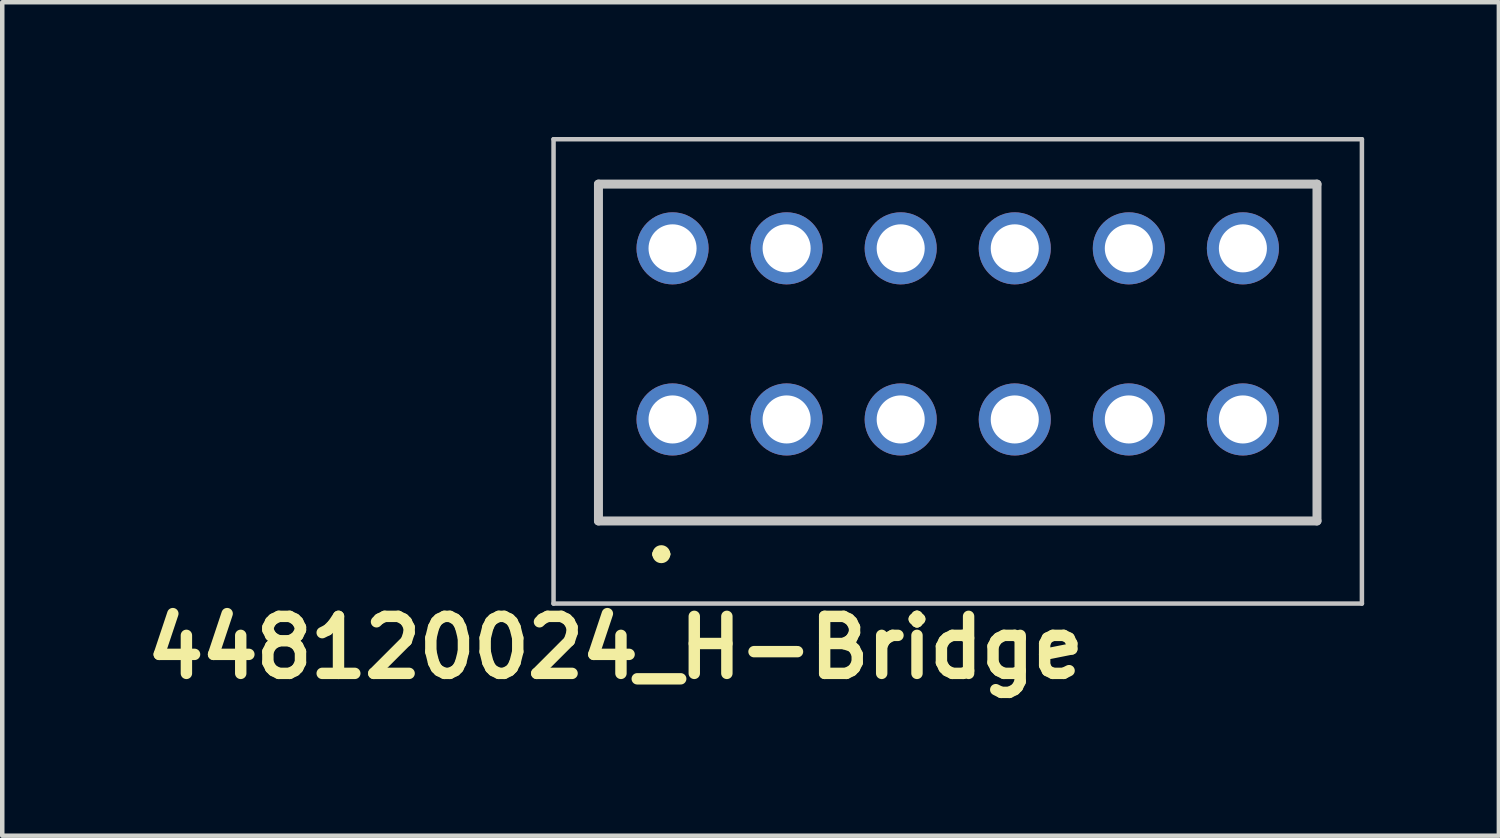
<source format=kicad_pcb>
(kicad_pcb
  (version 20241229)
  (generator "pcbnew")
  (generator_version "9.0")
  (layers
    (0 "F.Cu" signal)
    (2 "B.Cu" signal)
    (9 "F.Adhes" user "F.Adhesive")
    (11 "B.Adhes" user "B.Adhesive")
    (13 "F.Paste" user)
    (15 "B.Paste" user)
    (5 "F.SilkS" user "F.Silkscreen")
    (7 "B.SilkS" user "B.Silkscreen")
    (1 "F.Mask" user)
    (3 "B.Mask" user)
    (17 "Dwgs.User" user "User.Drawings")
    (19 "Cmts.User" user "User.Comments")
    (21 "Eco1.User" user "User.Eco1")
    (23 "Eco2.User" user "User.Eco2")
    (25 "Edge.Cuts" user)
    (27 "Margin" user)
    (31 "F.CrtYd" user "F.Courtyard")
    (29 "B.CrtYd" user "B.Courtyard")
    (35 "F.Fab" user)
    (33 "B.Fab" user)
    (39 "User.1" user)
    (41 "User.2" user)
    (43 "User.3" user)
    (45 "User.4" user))
  (footprint "448120024_H-Bridge"
    (layer "F.Cu")
    (at 11.926 6.29)
    (property "Reference" "448120024_H-Bridge" (at -1.27 5.08 0) (layer "F.SilkS") (effects (font (size 1.27 1.27) (thickness 0.254))))
    (attr through_hole)
    (fp_line (start -1.65 -5.24) (end 14.35 -5.24) (stroke (width 0.1) (type solid)) (layer "F.SilkS"))
    (fp_line (start -1.65 2.26) (end -1.65 -5.24) (stroke (width 0.1) (type solid)) (layer "F.SilkS"))
    (fp_line (start -0.35 3) (end -0.35 3) (stroke (width 0.2) (type solid)) (layer "F.SilkS"))
    (fp_line (start -0.15 3) (end -0.15 3) (stroke (width 0.2) (type solid)) (layer "F.SilkS"))
    (fp_line (start 14.35 -5.24) (end 14.35 2.26) (stroke (width 0.1) (type solid)) (layer "F.SilkS"))
    (fp_line (start 14.35 2.26) (end -1.65 2.26) (stroke (width 0.1) (type solid)) (layer "F.SilkS"))
    (fp_arc (start -0.35 3) (mid -0.25 2.9) (end -0.15 3) (stroke (width 0.2) (type solid)) (layer "F.SilkS"))
    (fp_arc (start -0.15 3) (mid -0.25 3.1) (end -0.35 3) (stroke (width 0.2) (type solid)) (layer "F.SilkS"))
    (fp_line (start -2.65 -6.24) (end 15.35 -6.24) (stroke (width 0.1) (type solid)) (layer "Dwgs.User"))
    (fp_line (start -2.65 4.1) (end -2.65 -6.24) (stroke (width 0.1) (type solid)) (layer "Dwgs.User"))
    (fp_line (start -1.65 -5.24) (end 14.35 -5.24) (stroke (width 0.2) (type solid)) (layer "Dwgs.User"))
    (fp_line (start -1.65 2.26) (end -1.65 -5.24) (stroke (width 0.2) (type solid)) (layer "Dwgs.User"))
    (fp_line (start 14.35 -5.24) (end 14.35 2.26) (stroke (width 0.2) (type solid)) (layer "Dwgs.User"))
    (fp_line (start 14.35 2.26) (end -1.65 2.26) (stroke (width 0.2) (type solid)) (layer "Dwgs.User"))
    (fp_line (start 15.35 -6.24) (end 15.35 4.1) (stroke (width 0.1) (type solid)) (layer "Dwgs.User"))
    (fp_line (start 15.35 4.1) (end -2.65 4.1) (stroke (width 0.1) (type solid)) (layer "Dwgs.User"))
    (pad "1" thru_hole circle (at 0 -3.81 90) (size 1.605 1.605) (drill 1.07) (layers "*.Cu" "*.Mask"))
    (pad "1" thru_hole circle (at 0 0 90) (size 1.605 1.605) (drill 1.07) (layers "*.Cu" "*.Mask"))
    (pad "2" thru_hole circle (at 2.54 -3.81 90) (size 1.605 1.605) (drill 1.07) (layers "*.Cu" "*.Mask"))
    (pad "2" thru_hole circle (at 2.54 0 90) (size 1.605 1.605) (drill 1.07) (layers "*.Cu" "*.Mask"))
    (pad "3" thru_hole circle (at 5.08 -3.81 90) (size 1.605 1.605) (drill 1.07) (layers "*.Cu" "*.Mask"))
    (pad "3" thru_hole circle (at 5.08 0 90) (size 1.605 1.605) (drill 1.07) (layers "*.Cu" "*.Mask"))
    (pad "4" thru_hole circle (at 7.62 -3.81 90) (size 1.605 1.605) (drill 1.07) (layers "*.Cu" "*.Mask"))
    (pad "4" thru_hole circle (at 7.62 0 90) (size 1.605 1.605) (drill 1.07) (layers "*.Cu" "*.Mask"))
    (pad "5" thru_hole circle (at 10.16 -3.81 90) (size 1.605 1.605) (drill 1.07) (layers "*.Cu" "*.Mask"))
    (pad "5" thru_hole circle (at 10.16 0 90) (size 1.605 1.605) (drill 1.07) (layers "*.Cu" "*.Mask"))
    (pad "6" thru_hole circle (at 12.7 -3.81 90) (size 1.605 1.605) (drill 1.07) (layers "*.Cu" "*.Mask"))
    (pad "6" thru_hole circle (at 12.7 0 90) (size 1.605 1.605) (drill 1.07) (layers "*.Cu" "*.Mask")))
  (gr_rect
    (start -3 -3)
    (end 30.326 15.559)
    (stroke (width 0.1) (type default))
    (fill no)
    (layer "Edge.Cuts")))
</source>
